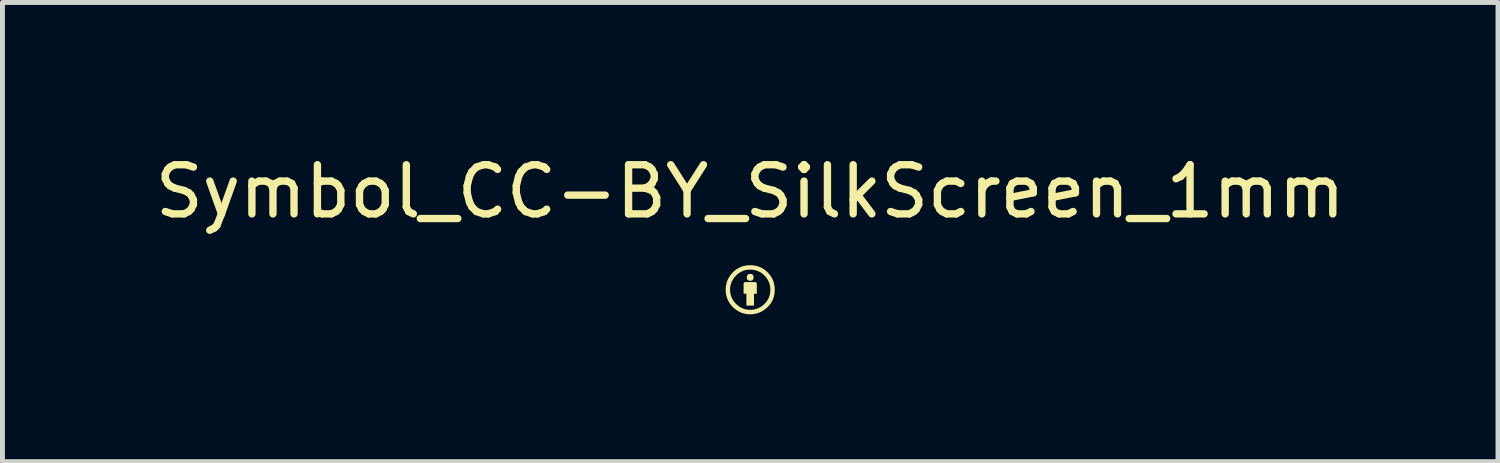
<source format=kicad_pcb>
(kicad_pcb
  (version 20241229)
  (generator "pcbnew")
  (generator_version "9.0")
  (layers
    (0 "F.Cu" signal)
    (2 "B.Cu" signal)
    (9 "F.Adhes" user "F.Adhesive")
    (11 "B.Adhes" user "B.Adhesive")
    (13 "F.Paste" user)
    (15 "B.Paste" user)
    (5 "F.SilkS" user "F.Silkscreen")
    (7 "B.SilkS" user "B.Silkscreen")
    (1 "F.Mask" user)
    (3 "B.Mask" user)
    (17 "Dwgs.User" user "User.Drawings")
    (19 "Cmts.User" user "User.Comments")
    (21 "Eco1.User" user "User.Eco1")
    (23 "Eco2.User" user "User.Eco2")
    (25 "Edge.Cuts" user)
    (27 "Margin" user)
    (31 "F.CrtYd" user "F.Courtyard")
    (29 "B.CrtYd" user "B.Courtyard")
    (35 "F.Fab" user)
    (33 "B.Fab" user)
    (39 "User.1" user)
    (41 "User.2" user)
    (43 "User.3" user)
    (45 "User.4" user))
  (footprint "Symbol_CC-BY_SilkScreen_1mm"
    (layer "F.Cu")
    (at 12.22 2.848)
    (property "Reference" "Symbol_CC-BY_SilkScreen_1mm" (at 0 -2 180) (layer "F.SilkS") (effects (font (size 1 1) (thickness 0.15))))
    (attr exclude_from_pos_files exclude_from_bom)
    (fp_poly (pts (xy 0.134 -0.124) (xy 0.134 0.08) (xy 0.077 0.08) (xy 0.077 0.322) (xy -0.078 0.322) (xy -0.078 0.08) (xy -0.135 0.08) (xy -0.135 -0.124) (xy -0.126 -0.147) (xy -0.103 -0.157) (xy 0.102 -0.157) (xy 0.124 -0.147) (xy 0.134 -0.124)) (stroke (width 0) (type solid)) (fill yes) (layer "F.SilkS"))
    (fp_poly (pts (xy -0.07 -0.253) (xy -0.067 -0.278) (xy -0.059 -0.298) (xy -0.045 -0.312) (xy -0.026 -0.321) (xy -0.000467 -0.323) (xy 0.025 -0.321) (xy 0.044 -0.312) (xy 0.058 -0.298) (xy 0.066 -0.278) (xy 0.069 -0.253) (xy 0.066 -0.228) (xy 0.058 -0.208) (xy 0.044 -0.194) (xy 0.025 -0.186) (xy -0.000467 -0.183) (xy -0.026 -0.186) (xy -0.045 -0.194) (xy -0.059 -0.208) (xy -0.067 -0.228) (xy -0.07 -0.253)) (stroke (width 0) (type solid)) (fill yes) (layer "F.SilkS"))
    (fp_poly (pts (xy -0.001 -0.5) (xy 0.000418 -0.41) (xy 0.031 -0.409) (xy 0.06 -0.406) (xy 0.089 -0.401) (xy 0.117 -0.394) (xy 0.144 -0.385) (xy 0.17 -0.374) (xy 0.196 -0.362) (xy 0.221 -0.347) (xy 0.244 -0.33) (xy 0.267 -0.311) (xy 0.289 -0.29) (xy 0.31 -0.268) (xy 0.329 -0.245) (xy 0.346 -0.221) (xy 0.361 -0.197) (xy 0.373 -0.171) (xy 0.384 -0.145) (xy 0.393 -0.118) (xy 0.4 -0.09) (xy 0.405 -0.061) (xy 0.408 -0.031) (xy 0.409 -0.000497) (xy 0.408 0.03) (xy 0.405 0.06) (xy 0.4 0.089) (xy 0.393 0.117) (xy 0.385 0.144) (xy 0.374 0.171) (xy 0.361 0.196) (xy 0.347 0.22) (xy 0.33 0.243) (xy 0.312 0.265) (xy 0.291 0.286) (xy 0.268 0.307) (xy 0.245 0.326) (xy 0.22 0.343) (xy 0.195 0.359) (xy 0.17 0.372) (xy 0.143 0.383) (xy 0.116 0.392) (xy 0.088 0.399) (xy 0.06 0.404) (xy 0.03 0.407) (xy 0.000387 0.408) (xy -0.03 0.407) (xy -0.059 0.404) (xy -0.088 0.399) (xy -0.115 0.392) (xy -0.142 0.383) (xy -0.169 0.372) (xy -0.194 0.359) (xy -0.219 0.344) (xy -0.243 0.327) (xy -0.266 0.308) (xy -0.289 0.287) (xy -0.31 0.264) (xy -0.329 0.241) (xy -0.346 0.217) (xy -0.361 0.193) (xy -0.374 0.167) (xy -0.385 0.141) (xy -0.394 0.114) (xy -0.401 0.087) (xy -0.406 0.058) (xy -0.409 0.029) (xy -0.41 -0.000436) (xy -0.409 -0.03) (xy -0.406 -0.059) (xy -0.401 -0.087) (xy -0.394 -0.115) (xy -0.385 -0.142) (xy -0.374 -0.169) (xy -0.36 -0.194) (xy -0.345 -0.219) (xy -0.328 -0.244) (xy -0.309 -0.267) (xy -0.288 -0.29) (xy -0.266 -0.311) (xy -0.243 -0.33) (xy -0.22 -0.347) (xy -0.195 -0.361) (xy -0.17 -0.374) (xy -0.144 -0.385) (xy -0.117 -0.394) (xy -0.089 -0.401) (xy -0.06 -0.406) (xy -0.03 -0.409) (xy 0.000418 -0.41) (xy -0.001 -0.5) (xy -0.033 -0.499) (xy -0.064 -0.497) (xy -0.094 -0.492) (xy -0.123 -0.486) (xy -0.151 -0.479) (xy -0.179 -0.469) (xy -0.206 -0.458) (xy -0.232 -0.445) (xy -0.258 -0.431) (xy -0.283 -0.414) (xy -0.307 -0.397) (xy -0.33 -0.377) (xy -0.353 -0.355) (xy -0.375 -0.332) (xy -0.395 -0.308) (xy -0.413 -0.283) (xy -0.429 -0.258) (xy -0.444 -0.232) (xy -0.457 -0.205) (xy -0.469 -0.178) (xy -0.478 -0.15) (xy -0.486 -0.121) (xy -0.492 -0.092) (xy -0.497 -0.062) (xy -0.499 -0.032) (xy -0.5 -0.000467) (xy -0.499 0.031) (xy -0.497 0.061) (xy -0.492 0.091) (xy -0.486 0.12) (xy -0.478 0.149) (xy -0.469 0.177) (xy -0.457 0.204) (xy -0.444 0.23) (xy -0.429 0.256) (xy -0.413 0.281) (xy -0.395 0.305) (xy -0.375 0.329) (xy -0.353 0.352) (xy -0.33 0.374) (xy -0.306 0.394) (xy -0.281 0.412) (xy -0.256 0.429) (xy -0.23 0.443) (xy -0.204 0.456) (xy -0.177 0.468) (xy -0.149 0.477) (xy -0.121 0.485) (xy -0.092 0.491) (xy -0.062 0.496) (xy -0.032 0.498) (xy -0.001 0.499) (xy 0.028 0.498) (xy 0.056 0.496) (xy 0.084 0.492) (xy 0.112 0.487) (xy 0.139 0.48) (xy 0.165 0.472) (xy 0.191 0.462) (xy 0.216 0.45) (xy 0.241 0.437) (xy 0.265 0.423) (xy 0.289 0.407) (xy 0.312 0.39) (xy 0.334 0.371) (xy 0.356 0.35) (xy 0.377 0.328) (xy 0.397 0.305) (xy 0.415 0.282) (xy 0.431 0.257) (xy 0.445 0.232) (xy 0.458 0.206) (xy 0.469 0.179) (xy 0.478 0.151) (xy 0.486 0.122) (xy 0.491 0.093) (xy 0.496 0.063) (xy 0.498 0.032) (xy 0.499 -0.000467) (xy 0.498 -0.032) (xy 0.496 -0.063) (xy 0.491 -0.094) (xy 0.485 -0.123) (xy 0.478 -0.152) (xy 0.468 -0.18) (xy 0.457 -0.208) (xy 0.444 -0.234) (xy 0.429 -0.26) (xy 0.413 -0.285) (xy 0.395 -0.309) (xy 0.375 -0.333) (xy 0.354 -0.355) (xy 0.331 -0.377) (xy 0.308 -0.397) (xy 0.283 -0.414) (xy 0.258 -0.431) (xy 0.233 -0.445) (xy 0.206 -0.458) (xy 0.179 -0.469) (xy 0.151 -0.479) (xy 0.122 -0.486) (xy 0.092 -0.492) (xy 0.062 -0.497) (xy 0.031 -0.499) (xy -0.001 -0.5)) (stroke (width 0) (type solid)) (fill yes) (layer "F.SilkS")))
  (gr_rect
    (start -3 -3)
    (end 27.44 6.347)
    (stroke (width 0.1) (type default))
    (fill no)
    (layer "Edge.Cuts")))
</source>
